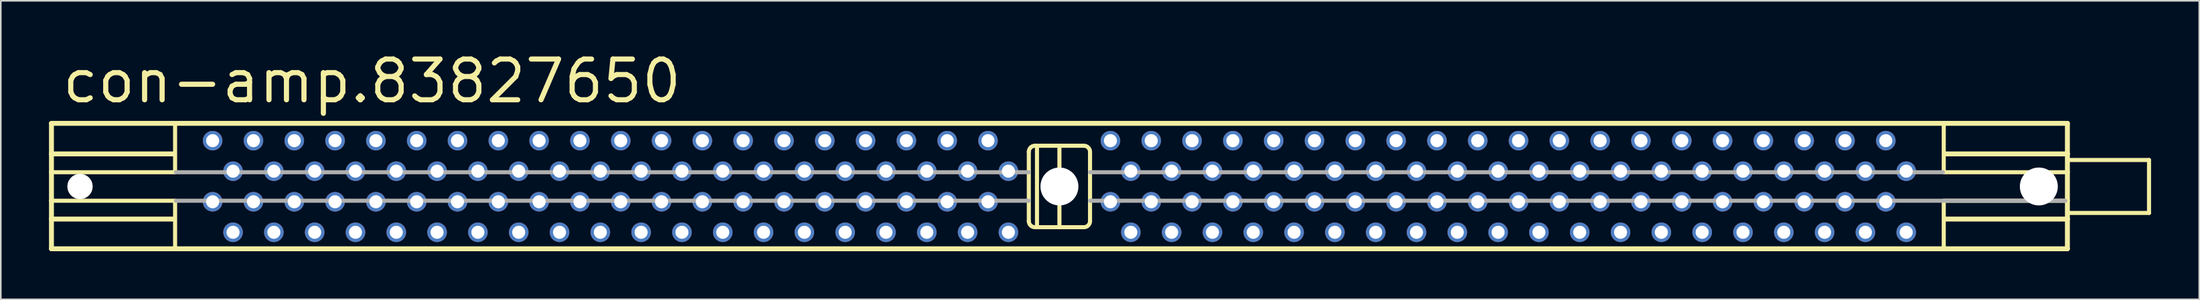
<source format=kicad_pcb>
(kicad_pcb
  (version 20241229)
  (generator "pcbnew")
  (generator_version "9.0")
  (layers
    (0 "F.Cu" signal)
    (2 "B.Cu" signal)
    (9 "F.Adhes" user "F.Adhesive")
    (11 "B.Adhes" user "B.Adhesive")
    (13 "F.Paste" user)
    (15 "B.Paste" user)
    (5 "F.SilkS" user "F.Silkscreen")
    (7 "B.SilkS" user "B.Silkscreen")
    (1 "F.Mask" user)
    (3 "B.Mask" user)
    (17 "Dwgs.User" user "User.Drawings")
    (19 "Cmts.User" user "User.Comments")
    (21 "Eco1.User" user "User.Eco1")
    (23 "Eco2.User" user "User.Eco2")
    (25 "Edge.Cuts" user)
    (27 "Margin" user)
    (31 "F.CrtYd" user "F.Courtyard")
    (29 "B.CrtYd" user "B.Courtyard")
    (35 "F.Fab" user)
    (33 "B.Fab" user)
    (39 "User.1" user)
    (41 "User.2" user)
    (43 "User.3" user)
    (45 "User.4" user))
  (footprint "con-amp.83827650"
    (layer "F.Cu")
    (at 62.89 8.58)
    (property "Reference" "con-amp.83827650" (at -62.23 -5.08 0) (layer "F.SilkS") (effects (font (size 2.54 2.54) (thickness 0.32)) (justify left bottom)))
    (attr through_hole)
    (fp_line (start -62.738 -3.937) (end -62.738 -2.032) (stroke (width 0.305) (type default)) (layer "F.SilkS"))
    (fp_line (start -62.738 -3.937) (end 62.738 -3.937) (stroke (width 0.305) (type default)) (layer "F.SilkS"))
    (fp_line (start -62.738 -2.032) (end -62.738 -0.889) (stroke (width 0.305) (type default)) (layer "F.SilkS"))
    (fp_line (start -62.738 -2.032) (end -55.118 -2.032) (stroke (width 0.305) (type default)) (layer "F.SilkS"))
    (fp_line (start -62.738 -0.889) (end -62.738 0.889) (stroke (width 0.305) (type default)) (layer "F.SilkS"))
    (fp_line (start -62.738 -0.889) (end -55.118 -0.889) (stroke (width 0.254) (type default)) (layer "F.SilkS"))
    (fp_line (start -62.738 0.889) (end -62.738 2.032) (stroke (width 0.305) (type default)) (layer "F.SilkS"))
    (fp_line (start -62.738 0.889) (end -55.118 0.889) (stroke (width 0.254) (type default)) (layer "F.SilkS"))
    (fp_line (start -62.738 2.032) (end -62.738 3.886) (stroke (width 0.305) (type default)) (layer "F.SilkS"))
    (fp_line (start -62.738 2.032) (end -55.118 2.032) (stroke (width 0.305) (type default)) (layer "F.SilkS"))
    (fp_line (start -55.042 -3.861) (end -55.042 -0.889) (stroke (width 0.254) (type default)) (layer "F.SilkS"))
    (fp_line (start -55.042 0.889) (end -55.042 3.81) (stroke (width 0.254) (type default)) (layer "F.SilkS"))
    (fp_line (start -1.905 -2.159) (end -1.905 2.159) (stroke (width 0.254) (type default)) (layer "F.SilkS"))
    (fp_line (start -1.524 2.54) (end -1.397 2.54) (stroke (width 0.254) (type default)) (layer "F.SilkS"))
    (fp_line (start -1.397 -2.54) (end -1.524 -2.54) (stroke (width 0.254) (type default)) (layer "F.SilkS"))
    (fp_line (start -1.397 2.54) (end -1.397 -2.54) (stroke (width 0.254) (type default)) (layer "F.SilkS"))
    (fp_line (start -1.397 2.54) (end 0 2.54) (stroke (width 0.254) (type default)) (layer "F.SilkS"))
    (fp_line (start 0 -2.54) (end -1.397 -2.54) (stroke (width 0.254) (type default)) (layer "F.SilkS"))
    (fp_line (start 0 2.54) (end 0 -2.54) (stroke (width 0.254) (type default)) (layer "F.SilkS"))
    (fp_line (start 0 2.54) (end 1.524 2.54) (stroke (width 0.254) (type default)) (layer "F.SilkS"))
    (fp_line (start 1.524 -2.54) (end 0 -2.54) (stroke (width 0.254) (type default)) (layer "F.SilkS"))
    (fp_line (start 1.905 2.159) (end 1.905 -2.159) (stroke (width 0.254) (type default)) (layer "F.SilkS"))
    (fp_line (start 55.042 -3.861) (end 55.042 -0.889) (stroke (width 0.254) (type default)) (layer "F.SilkS"))
    (fp_line (start 55.042 0.889) (end 55.042 3.81) (stroke (width 0.254) (type default)) (layer "F.SilkS"))
    (fp_line (start 62.738 -3.937) (end 62.738 -2.032) (stroke (width 0.305) (type default)) (layer "F.SilkS"))
    (fp_line (start 62.738 -2.032) (end 55.118 -2.032) (stroke (width 0.305) (type default)) (layer "F.SilkS"))
    (fp_line (start 62.738 -2.032) (end 62.738 -0.889) (stroke (width 0.305) (type default)) (layer "F.SilkS"))
    (fp_line (start 62.738 -0.889) (end 55.118 -0.889) (stroke (width 0.254) (type default)) (layer "F.SilkS"))
    (fp_line (start 62.738 -0.889) (end 62.738 0.889) (stroke (width 0.305) (type default)) (layer "F.SilkS"))
    (fp_line (start 62.738 0.889) (end 55.118 0.889) (stroke (width 0.254) (type default)) (layer "F.SilkS"))
    (fp_line (start 62.738 0.889) (end 62.738 2.032) (stroke (width 0.305) (type default)) (layer "F.SilkS"))
    (fp_line (start 62.738 2.032) (end 55.118 2.032) (stroke (width 0.305) (type default)) (layer "F.SilkS"))
    (fp_line (start 62.738 2.032) (end 62.738 3.886) (stroke (width 0.305) (type default)) (layer "F.SilkS"))
    (fp_line (start 62.738 3.886) (end -62.738 3.886) (stroke (width 0.305) (type default)) (layer "F.SilkS"))
    (fp_line (start 62.865 -1.651) (end 67.818 -1.651) (stroke (width 0.254) (type default)) (layer "F.SilkS"))
    (fp_line (start 67.818 -1.651) (end 67.818 1.651) (stroke (width 0.254) (type default)) (layer "F.SilkS"))
    (fp_line (start 67.818 1.651) (end 62.865 1.651) (stroke (width 0.254) (type default)) (layer "F.SilkS"))
    (fp_arc (start -1.905 -2.159) (mid -1.793408 -2.428408) (end -1.524 -2.54) (stroke (width 0.254) (type default)) (layer "F.SilkS"))
    (fp_arc (start -1.524 2.54) (mid -1.793408 2.428408) (end -1.905 2.159) (stroke (width 0.254) (type default)) (layer "F.SilkS"))
    (fp_arc (start 1.524 -2.54) (mid 1.793408 -2.428408) (end 1.905 -2.159) (stroke (width 0.254) (type default)) (layer "F.SilkS"))
    (fp_arc (start 1.905 2.159) (mid 1.793408 2.428408) (end 1.524 2.54) (stroke (width 0.254) (type default)) (layer "F.SilkS"))
    (fp_line (start -54.991 -0.889) (end -1.905 -0.889) (stroke (width 0.254) (type default)) (layer "F.Fab"))
    (fp_line (start -54.991 0.889) (end -1.905 0.889) (stroke (width 0.254) (type default)) (layer "F.Fab"))
    (fp_line (start 1.905 0.889) (end 62.611 0.889) (stroke (width 0.254) (type default)) (layer "F.Fab"))
    (fp_line (start 54.991 -0.889) (end 1.905 -0.889) (stroke (width 0.254) (type default)) (layer "F.Fab"))
    (pad "" np_thru_hole circle (at -60.96 0) (size 1.575 1.575) (drill 1.575) (layers "*.Cu" "*.Mask"))
    (pad "" np_thru_hole circle (at 0 0) (size 2.362 2.362) (drill 2.362) (layers "*.Cu" "*.Mask"))
    (pad "" np_thru_hole circle (at 60.96 0) (size 2.362 2.362) (drill 2.362) (layers "*.Cu" "*.Mask"))
    (pad "1" thru_hole circle (at -52.705 0.953) (size 1.219 1.219) (drill 0.813) (layers "*.Cu" "*.Mask"))
    (pad "2" thru_hole circle (at -51.435 2.857) (size 1.219 1.219) (drill 0.813) (layers "*.Cu" "*.Mask"))
    (pad "3" thru_hole circle (at -50.165 0.953) (size 1.219 1.219) (drill 0.813) (layers "*.Cu" "*.Mask"))
    (pad "4" thru_hole circle (at -48.895 2.857) (size 1.219 1.219) (drill 0.813) (layers "*.Cu" "*.Mask"))
    (pad "5" thru_hole circle (at -47.625 0.953) (size 1.219 1.219) (drill 0.813) (layers "*.Cu" "*.Mask"))
    (pad "6" thru_hole circle (at -46.355 2.857) (size 1.219 1.219) (drill 0.813) (layers "*.Cu" "*.Mask"))
    (pad "7" thru_hole circle (at -45.085 0.953) (size 1.219 1.219) (drill 0.813) (layers "*.Cu" "*.Mask"))
    (pad "8" thru_hole circle (at -43.815 2.857) (size 1.219 1.219) (drill 0.813) (layers "*.Cu" "*.Mask"))
    (pad "9" thru_hole circle (at -42.545 0.953) (size 1.219 1.219) (drill 0.813) (layers "*.Cu" "*.Mask"))
    (pad "10" thru_hole circle (at -41.275 2.857) (size 1.219 1.219) (drill 0.813) (layers "*.Cu" "*.Mask"))
    (pad "11" thru_hole circle (at -40.005 0.953) (size 1.219 1.219) (drill 0.813) (layers "*.Cu" "*.Mask"))
    (pad "12" thru_hole circle (at -38.735 2.857) (size 1.219 1.219) (drill 0.813) (layers "*.Cu" "*.Mask"))
    (pad "13" thru_hole circle (at -37.465 0.953) (size 1.219 1.219) (drill 0.813) (layers "*.Cu" "*.Mask"))
    (pad "14" thru_hole circle (at -36.195 2.857) (size 1.219 1.219) (drill 0.813) (layers "*.Cu" "*.Mask"))
    (pad "15" thru_hole circle (at -34.925 0.953) (size 1.219 1.219) (drill 0.813) (layers "*.Cu" "*.Mask"))
    (pad "16" thru_hole circle (at -33.655 2.857) (size 1.219 1.219) (drill 0.813) (layers "*.Cu" "*.Mask"))
    (pad "17" thru_hole circle (at -32.385 0.953) (size 1.219 1.219) (drill 0.813) (layers "*.Cu" "*.Mask"))
    (pad "18" thru_hole circle (at -31.115 2.857) (size 1.219 1.219) (drill 0.813) (layers "*.Cu" "*.Mask"))
    (pad "19" thru_hole circle (at -29.845 0.953) (size 1.219 1.219) (drill 0.813) (layers "*.Cu" "*.Mask"))
    (pad "20" thru_hole circle (at -28.575 2.857) (size 1.219 1.219) (drill 0.813) (layers "*.Cu" "*.Mask"))
    (pad "21" thru_hole circle (at -27.305 0.953) (size 1.219 1.219) (drill 0.813) (layers "*.Cu" "*.Mask"))
    (pad "22" thru_hole circle (at -26.035 2.857) (size 1.219 1.219) (drill 0.813) (layers "*.Cu" "*.Mask"))
    (pad "23" thru_hole circle (at -24.765 0.953) (size 1.219 1.219) (drill 0.813) (layers "*.Cu" "*.Mask"))
    (pad "24" thru_hole circle (at -23.495 2.857) (size 1.219 1.219) (drill 0.813) (layers "*.Cu" "*.Mask"))
    (pad "25" thru_hole circle (at -22.225 0.953) (size 1.219 1.219) (drill 0.813) (layers "*.Cu" "*.Mask"))
    (pad "26" thru_hole circle (at -20.955 2.857) (size 1.219 1.219) (drill 0.813) (layers "*.Cu" "*.Mask"))
    (pad "27" thru_hole circle (at -19.685 0.953) (size 1.219 1.219) (drill 0.813) (layers "*.Cu" "*.Mask"))
    (pad "28" thru_hole circle (at -18.415 2.857) (size 1.219 1.219) (drill 0.813) (layers "*.Cu" "*.Mask"))
    (pad "29" thru_hole circle (at -17.145 0.953) (size 1.219 1.219) (drill 0.813) (layers "*.Cu" "*.Mask"))
    (pad "30" thru_hole circle (at -15.875 2.857) (size 1.219 1.219) (drill 0.813) (layers "*.Cu" "*.Mask"))
    (pad "31" thru_hole circle (at -14.605 0.953) (size 1.219 1.219) (drill 0.813) (layers "*.Cu" "*.Mask"))
    (pad "32" thru_hole circle (at -13.335 2.857) (size 1.219 1.219) (drill 0.813) (layers "*.Cu" "*.Mask"))
    (pad "33" thru_hole circle (at -12.065 0.953) (size 1.219 1.219) (drill 0.813) (layers "*.Cu" "*.Mask"))
    (pad "34" thru_hole circle (at -10.795 2.857) (size 1.219 1.219) (drill 0.813) (layers "*.Cu" "*.Mask"))
    (pad "35" thru_hole circle (at -9.525 0.953) (size 1.219 1.219) (drill 0.813) (layers "*.Cu" "*.Mask"))
    (pad "36" thru_hole circle (at -8.255 2.857) (size 1.219 1.219) (drill 0.813) (layers "*.Cu" "*.Mask"))
    (pad "37" thru_hole circle (at -6.985 0.953) (size 1.219 1.219) (drill 0.813) (layers "*.Cu" "*.Mask"))
    (pad "38" thru_hole circle (at -5.715 2.857) (size 1.219 1.219) (drill 0.813) (layers "*.Cu" "*.Mask"))
    (pad "39" thru_hole circle (at -4.445 0.953) (size 1.219 1.219) (drill 0.813) (layers "*.Cu" "*.Mask"))
    (pad "40" thru_hole circle (at -3.175 2.857) (size 1.219 1.219) (drill 0.813) (layers "*.Cu" "*.Mask"))
    (pad "41" thru_hole circle (at 3.175 0.953) (size 1.219 1.219) (drill 0.813) (layers "*.Cu" "*.Mask"))
    (pad "42" thru_hole circle (at 4.445 2.857) (size 1.219 1.219) (drill 0.813) (layers "*.Cu" "*.Mask"))
    (pad "43" thru_hole circle (at 5.715 0.953) (size 1.219 1.219) (drill 0.813) (layers "*.Cu" "*.Mask"))
    (pad "44" thru_hole circle (at 6.985 2.857) (size 1.219 1.219) (drill 0.813) (layers "*.Cu" "*.Mask"))
    (pad "45" thru_hole circle (at 8.255 0.953) (size 1.219 1.219) (drill 0.813) (layers "*.Cu" "*.Mask"))
    (pad "46" thru_hole circle (at 9.525 2.857) (size 1.219 1.219) (drill 0.813) (layers "*.Cu" "*.Mask"))
    (pad "47" thru_hole circle (at 10.795 0.953) (size 1.219 1.219) (drill 0.813) (layers "*.Cu" "*.Mask"))
    (pad "48" thru_hole circle (at 12.065 2.857) (size 1.219 1.219) (drill 0.813) (layers "*.Cu" "*.Mask"))
    (pad "49" thru_hole circle (at 13.335 0.953) (size 1.219 1.219) (drill 0.813) (layers "*.Cu" "*.Mask"))
    (pad "50" thru_hole circle (at 14.605 2.857) (size 1.219 1.219) (drill 0.813) (layers "*.Cu" "*.Mask"))
    (pad "51" thru_hole circle (at 15.875 0.953) (size 1.219 1.219) (drill 0.813) (layers "*.Cu" "*.Mask"))
    (pad "52" thru_hole circle (at 17.145 2.857) (size 1.219 1.219) (drill 0.813) (layers "*.Cu" "*.Mask"))
    (pad "53" thru_hole circle (at 18.415 0.953) (size 1.219 1.219) (drill 0.813) (layers "*.Cu" "*.Mask"))
    (pad "54" thru_hole circle (at 19.685 2.857) (size 1.219 1.219) (drill 0.813) (layers "*.Cu" "*.Mask"))
    (pad "55" thru_hole circle (at 20.955 0.953) (size 1.219 1.219) (drill 0.813) (layers "*.Cu" "*.Mask"))
    (pad "56" thru_hole circle (at 22.225 2.857) (size 1.219 1.219) (drill 0.813) (layers "*.Cu" "*.Mask"))
    (pad "57" thru_hole circle (at 23.495 0.953) (size 1.219 1.219) (drill 0.813) (layers "*.Cu" "*.Mask"))
    (pad "58" thru_hole circle (at 24.765 2.857) (size 1.219 1.219) (drill 0.813) (layers "*.Cu" "*.Mask"))
    (pad "59" thru_hole circle (at 26.035 0.953) (size 1.219 1.219) (drill 0.813) (layers "*.Cu" "*.Mask"))
    (pad "60" thru_hole circle (at 27.305 2.857) (size 1.219 1.219) (drill 0.813) (layers "*.Cu" "*.Mask"))
    (pad "61" thru_hole circle (at 28.575 0.953) (size 1.219 1.219) (drill 0.813) (layers "*.Cu" "*.Mask"))
    (pad "62" thru_hole circle (at 29.845 2.857) (size 1.219 1.219) (drill 0.813) (layers "*.Cu" "*.Mask"))
    (pad "63" thru_hole circle (at 31.115 0.953) (size 1.219 1.219) (drill 0.813) (layers "*.Cu" "*.Mask"))
    (pad "64" thru_hole circle (at 32.385 2.857) (size 1.219 1.219) (drill 0.813) (layers "*.Cu" "*.Mask"))
    (pad "65" thru_hole circle (at 33.655 0.953) (size 1.219 1.219) (drill 0.813) (layers "*.Cu" "*.Mask"))
    (pad "66" thru_hole circle (at 34.925 2.857) (size 1.219 1.219) (drill 0.813) (layers "*.Cu" "*.Mask"))
    (pad "67" thru_hole circle (at 36.195 0.953) (size 1.219 1.219) (drill 0.813) (layers "*.Cu" "*.Mask"))
    (pad "68" thru_hole circle (at 37.465 2.857) (size 1.219 1.219) (drill 0.813) (layers "*.Cu" "*.Mask"))
    (pad "69" thru_hole circle (at 38.735 0.953) (size 1.219 1.219) (drill 0.813) (layers "*.Cu" "*.Mask"))
    (pad "70" thru_hole circle (at 40.005 2.857) (size 1.219 1.219) (drill 0.813) (layers "*.Cu" "*.Mask"))
    (pad "71" thru_hole circle (at 41.275 0.953) (size 1.219 1.219) (drill 0.813) (layers "*.Cu" "*.Mask"))
    (pad "72" thru_hole circle (at 42.545 2.857) (size 1.219 1.219) (drill 0.813) (layers "*.Cu" "*.Mask"))
    (pad "73" thru_hole circle (at 43.815 0.953) (size 1.219 1.219) (drill 0.813) (layers "*.Cu" "*.Mask"))
    (pad "74" thru_hole circle (at 45.085 2.857) (size 1.219 1.219) (drill 0.813) (layers "*.Cu" "*.Mask"))
    (pad "75" thru_hole circle (at 46.355 0.953) (size 1.219 1.219) (drill 0.813) (layers "*.Cu" "*.Mask"))
    (pad "76" thru_hole circle (at 47.625 2.857) (size 1.219 1.219) (drill 0.813) (layers "*.Cu" "*.Mask"))
    (pad "77" thru_hole circle (at 48.895 0.953) (size 1.219 1.219) (drill 0.813) (layers "*.Cu" "*.Mask"))
    (pad "78" thru_hole circle (at 50.165 2.857) (size 1.219 1.219) (drill 0.813) (layers "*.Cu" "*.Mask"))
    (pad "79" thru_hole circle (at 51.435 0.953) (size 1.219 1.219) (drill 0.813) (layers "*.Cu" "*.Mask"))
    (pad "80" thru_hole circle (at 52.705 2.857) (size 1.219 1.219) (drill 0.813) (layers "*.Cu" "*.Mask"))
    (pad "81" thru_hole circle (at -52.705 -2.857) (size 1.219 1.219) (drill 0.813) (layers "*.Cu" "*.Mask"))
    (pad "82" thru_hole circle (at -51.435 -0.953) (size 1.219 1.219) (drill 0.813) (layers "*.Cu" "*.Mask"))
    (pad "83" thru_hole circle (at -50.165 -2.857) (size 1.219 1.219) (drill 0.813) (layers "*.Cu" "*.Mask"))
    (pad "84" thru_hole circle (at -48.895 -0.953) (size 1.219 1.219) (drill 0.813) (layers "*.Cu" "*.Mask"))
    (pad "85" thru_hole circle (at -47.625 -2.857) (size 1.219 1.219) (drill 0.813) (layers "*.Cu" "*.Mask"))
    (pad "86" thru_hole circle (at -46.355 -0.953) (size 1.219 1.219) (drill 0.813) (layers "*.Cu" "*.Mask"))
    (pad "87" thru_hole circle (at -45.085 -2.857) (size 1.219 1.219) (drill 0.813) (layers "*.Cu" "*.Mask"))
    (pad "88" thru_hole circle (at -43.815 -0.953) (size 1.219 1.219) (drill 0.813) (layers "*.Cu" "*.Mask"))
    (pad "89" thru_hole circle (at -42.545 -2.857) (size 1.219 1.219) (drill 0.813) (layers "*.Cu" "*.Mask"))
    (pad "90" thru_hole circle (at -41.275 -0.953) (size 1.219 1.219) (drill 0.813) (layers "*.Cu" "*.Mask"))
    (pad "91" thru_hole circle (at -40.005 -2.857) (size 1.219 1.219) (drill 0.813) (layers "*.Cu" "*.Mask"))
    (pad "92" thru_hole circle (at -38.735 -0.953) (size 1.219 1.219) (drill 0.813) (layers "*.Cu" "*.Mask"))
    (pad "93" thru_hole circle (at -37.465 -2.857) (size 1.219 1.219) (drill 0.813) (layers "*.Cu" "*.Mask"))
    (pad "94" thru_hole circle (at -36.195 -0.953) (size 1.219 1.219) (drill 0.813) (layers "*.Cu" "*.Mask"))
    (pad "95" thru_hole circle (at -34.925 -2.857) (size 1.219 1.219) (drill 0.813) (layers "*.Cu" "*.Mask"))
    (pad "96" thru_hole circle (at -33.655 -0.953) (size 1.219 1.219) (drill 0.813) (layers "*.Cu" "*.Mask"))
    (pad "97" thru_hole circle (at -32.385 -2.857) (size 1.219 1.219) (drill 0.813) (layers "*.Cu" "*.Mask"))
    (pad "98" thru_hole circle (at -31.115 -0.953) (size 1.219 1.219) (drill 0.813) (layers "*.Cu" "*.Mask"))
    (pad "99" thru_hole circle (at -29.845 -2.857) (size 1.219 1.219) (drill 0.813) (layers "*.Cu" "*.Mask"))
    (pad "100" thru_hole circle (at -28.575 -0.953) (size 1.219 1.219) (drill 0.813) (layers "*.Cu" "*.Mask"))
    (pad "101" thru_hole circle (at -27.305 -2.857) (size 1.219 1.219) (drill 0.813) (layers "*.Cu" "*.Mask"))
    (pad "102" thru_hole circle (at -26.035 -0.953) (size 1.219 1.219) (drill 0.813) (layers "*.Cu" "*.Mask"))
    (pad "103" thru_hole circle (at -24.765 -2.857) (size 1.219 1.219) (drill 0.813) (layers "*.Cu" "*.Mask"))
    (pad "104" thru_hole circle (at -23.495 -0.953) (size 1.219 1.219) (drill 0.813) (layers "*.Cu" "*.Mask"))
    (pad "105" thru_hole circle (at -22.225 -2.857) (size 1.219 1.219) (drill 0.813) (layers "*.Cu" "*.Mask"))
    (pad "106" thru_hole circle (at -20.955 -0.953) (size 1.219 1.219) (drill 0.813) (layers "*.Cu" "*.Mask"))
    (pad "107" thru_hole circle (at -19.685 -2.857) (size 1.219 1.219) (drill 0.813) (layers "*.Cu" "*.Mask"))
    (pad "108" thru_hole circle (at -18.415 -0.953) (size 1.219 1.219) (drill 0.813) (layers "*.Cu" "*.Mask"))
    (pad "109" thru_hole circle (at -17.145 -2.857) (size 1.219 1.219) (drill 0.813) (layers "*.Cu" "*.Mask"))
    (pad "110" thru_hole circle (at -15.875 -0.953) (size 1.219 1.219) (drill 0.813) (layers "*.Cu" "*.Mask"))
    (pad "111" thru_hole circle (at -14.605 -2.857) (size 1.219 1.219) (drill 0.813) (layers "*.Cu" "*.Mask"))
    (pad "112" thru_hole circle (at -13.335 -0.953) (size 1.219 1.219) (drill 0.813) (layers "*.Cu" "*.Mask"))
    (pad "113" thru_hole circle (at -12.065 -2.857) (size 1.219 1.219) (drill 0.813) (layers "*.Cu" "*.Mask"))
    (pad "114" thru_hole circle (at -10.795 -0.953) (size 1.219 1.219) (drill 0.813) (layers "*.Cu" "*.Mask"))
    (pad "115" thru_hole circle (at -9.525 -2.857) (size 1.219 1.219) (drill 0.813) (layers "*.Cu" "*.Mask"))
    (pad "116" thru_hole circle (at -8.255 -0.953) (size 1.219 1.219) (drill 0.813) (layers "*.Cu" "*.Mask"))
    (pad "117" thru_hole circle (at -6.985 -2.857) (size 1.219 1.219) (drill 0.813) (layers "*.Cu" "*.Mask"))
    (pad "118" thru_hole circle (at -5.715 -0.953) (size 1.219 1.219) (drill 0.813) (layers "*.Cu" "*.Mask"))
    (pad "119" thru_hole circle (at -4.445 -2.857) (size 1.219 1.219) (drill 0.813) (layers "*.Cu" "*.Mask"))
    (pad "120" thru_hole circle (at -3.175 -0.953) (size 1.219 1.219) (drill 0.813) (layers "*.Cu" "*.Mask"))
    (pad "121" thru_hole circle (at 3.175 -2.857) (size 1.219 1.219) (drill 0.813) (layers "*.Cu" "*.Mask"))
    (pad "122" thru_hole circle (at 4.445 -0.953) (size 1.219 1.219) (drill 0.813) (layers "*.Cu" "*.Mask"))
    (pad "123" thru_hole circle (at 5.715 -2.857) (size 1.219 1.219) (drill 0.813) (layers "*.Cu" "*.Mask"))
    (pad "124" thru_hole circle (at 6.985 -0.953) (size 1.219 1.219) (drill 0.813) (layers "*.Cu" "*.Mask"))
    (pad "125" thru_hole circle (at 8.255 -2.857) (size 1.219 1.219) (drill 0.813) (layers "*.Cu" "*.Mask"))
    (pad "126" thru_hole circle (at 9.525 -0.953) (size 1.219 1.219) (drill 0.813) (layers "*.Cu" "*.Mask"))
    (pad "127" thru_hole circle (at 10.795 -2.857) (size 1.219 1.219) (drill 0.813) (layers "*.Cu" "*.Mask"))
    (pad "128" thru_hole circle (at 12.065 -0.953) (size 1.219 1.219) (drill 0.813) (layers "*.Cu" "*.Mask"))
    (pad "129" thru_hole circle (at 13.335 -2.857) (size 1.219 1.219) (drill 0.813) (layers "*.Cu" "*.Mask"))
    (pad "130" thru_hole circle (at 14.605 -0.953) (size 1.219 1.219) (drill 0.813) (layers "*.Cu" "*.Mask"))
    (pad "131" thru_hole circle (at 15.875 -2.857) (size 1.219 1.219) (drill 0.813) (layers "*.Cu" "*.Mask"))
    (pad "132" thru_hole circle (at 17.145 -0.953) (size 1.219 1.219) (drill 0.813) (layers "*.Cu" "*.Mask"))
    (pad "133" thru_hole circle (at 18.415 -2.857) (size 1.219 1.219) (drill 0.813) (layers "*.Cu" "*.Mask"))
    (pad "134" thru_hole circle (at 19.685 -0.953) (size 1.219 1.219) (drill 0.813) (layers "*.Cu" "*.Mask"))
    (pad "135" thru_hole circle (at 20.955 -2.857) (size 1.219 1.219) (drill 0.813) (layers "*.Cu" "*.Mask"))
    (pad "136" thru_hole circle (at 22.225 -0.953) (size 1.219 1.219) (drill 0.813) (layers "*.Cu" "*.Mask"))
    (pad "137" thru_hole circle (at 23.495 -2.857) (size 1.219 1.219) (drill 0.813) (layers "*.Cu" "*.Mask"))
    (pad "138" thru_hole circle (at 24.765 -0.953) (size 1.219 1.219) (drill 0.813) (layers "*.Cu" "*.Mask"))
    (pad "139" thru_hole circle (at 26.035 -2.857) (size 1.219 1.219) (drill 0.813) (layers "*.Cu" "*.Mask"))
    (pad "140" thru_hole circle (at 27.305 -0.953) (size 1.219 1.219) (drill 0.813) (layers "*.Cu" "*.Mask"))
    (pad "141" thru_hole circle (at 28.575 -2.857) (size 1.219 1.219) (drill 0.813) (layers "*.Cu" "*.Mask"))
    (pad "142" thru_hole circle (at 29.845 -0.953) (size 1.219 1.219) (drill 0.813) (layers "*.Cu" "*.Mask"))
    (pad "143" thru_hole circle (at 31.115 -2.857) (size 1.219 1.219) (drill 0.813) (layers "*.Cu" "*.Mask"))
    (pad "144" thru_hole circle (at 32.385 -0.953) (size 1.219 1.219) (drill 0.813) (layers "*.Cu" "*.Mask"))
    (pad "145" thru_hole circle (at 33.655 -2.857) (size 1.219 1.219) (drill 0.813) (layers "*.Cu" "*.Mask"))
    (pad "146" thru_hole circle (at 34.925 -0.953) (size 1.219 1.219) (drill 0.813) (layers "*.Cu" "*.Mask"))
    (pad "147" thru_hole circle (at 36.195 -2.857) (size 1.219 1.219) (drill 0.813) (layers "*.Cu" "*.Mask"))
    (pad "148" thru_hole circle (at 37.465 -0.953) (size 1.219 1.219) (drill 0.813) (layers "*.Cu" "*.Mask"))
    (pad "149" thru_hole circle (at 38.735 -2.857) (size 1.219 1.219) (drill 0.813) (layers "*.Cu" "*.Mask"))
    (pad "150" thru_hole circle (at 40.005 -0.953) (size 1.219 1.219) (drill 0.813) (layers "*.Cu" "*.Mask"))
    (pad "151" thru_hole circle (at 41.275 -2.857) (size 1.219 1.219) (drill 0.813) (layers "*.Cu" "*.Mask"))
    (pad "152" thru_hole circle (at 42.545 -0.953) (size 1.219 1.219) (drill 0.813) (layers "*.Cu" "*.Mask"))
    (pad "153" thru_hole circle (at 43.815 -2.857) (size 1.219 1.219) (drill 0.813) (layers "*.Cu" "*.Mask"))
    (pad "154" thru_hole circle (at 45.085 -0.953) (size 1.219 1.219) (drill 0.813) (layers "*.Cu" "*.Mask"))
    (pad "155" thru_hole circle (at 46.355 -2.857) (size 1.219 1.219) (drill 0.813) (layers "*.Cu" "*.Mask"))
    (pad "156" thru_hole circle (at 47.625 -0.953) (size 1.219 1.219) (drill 0.813) (layers "*.Cu" "*.Mask"))
    (pad "157" thru_hole circle (at 48.895 -2.857) (size 1.219 1.219) (drill 0.813) (layers "*.Cu" "*.Mask"))
    (pad "158" thru_hole circle (at 50.165 -0.953) (size 1.219 1.219) (drill 0.813) (layers "*.Cu" "*.Mask"))
    (pad "159" thru_hole circle (at 51.435 -2.857) (size 1.219 1.219) (drill 0.813) (layers "*.Cu" "*.Mask"))
    (pad "160" thru_hole circle (at 52.705 -0.953) (size 1.219 1.219) (drill 0.813) (layers "*.Cu" "*.Mask")))
  (gr_rect
    (start -3 -3)
    (end 133.835 15.619)
    (stroke (width 0.1) (type default))
    (fill no)
    (layer "Edge.Cuts")))
</source>
